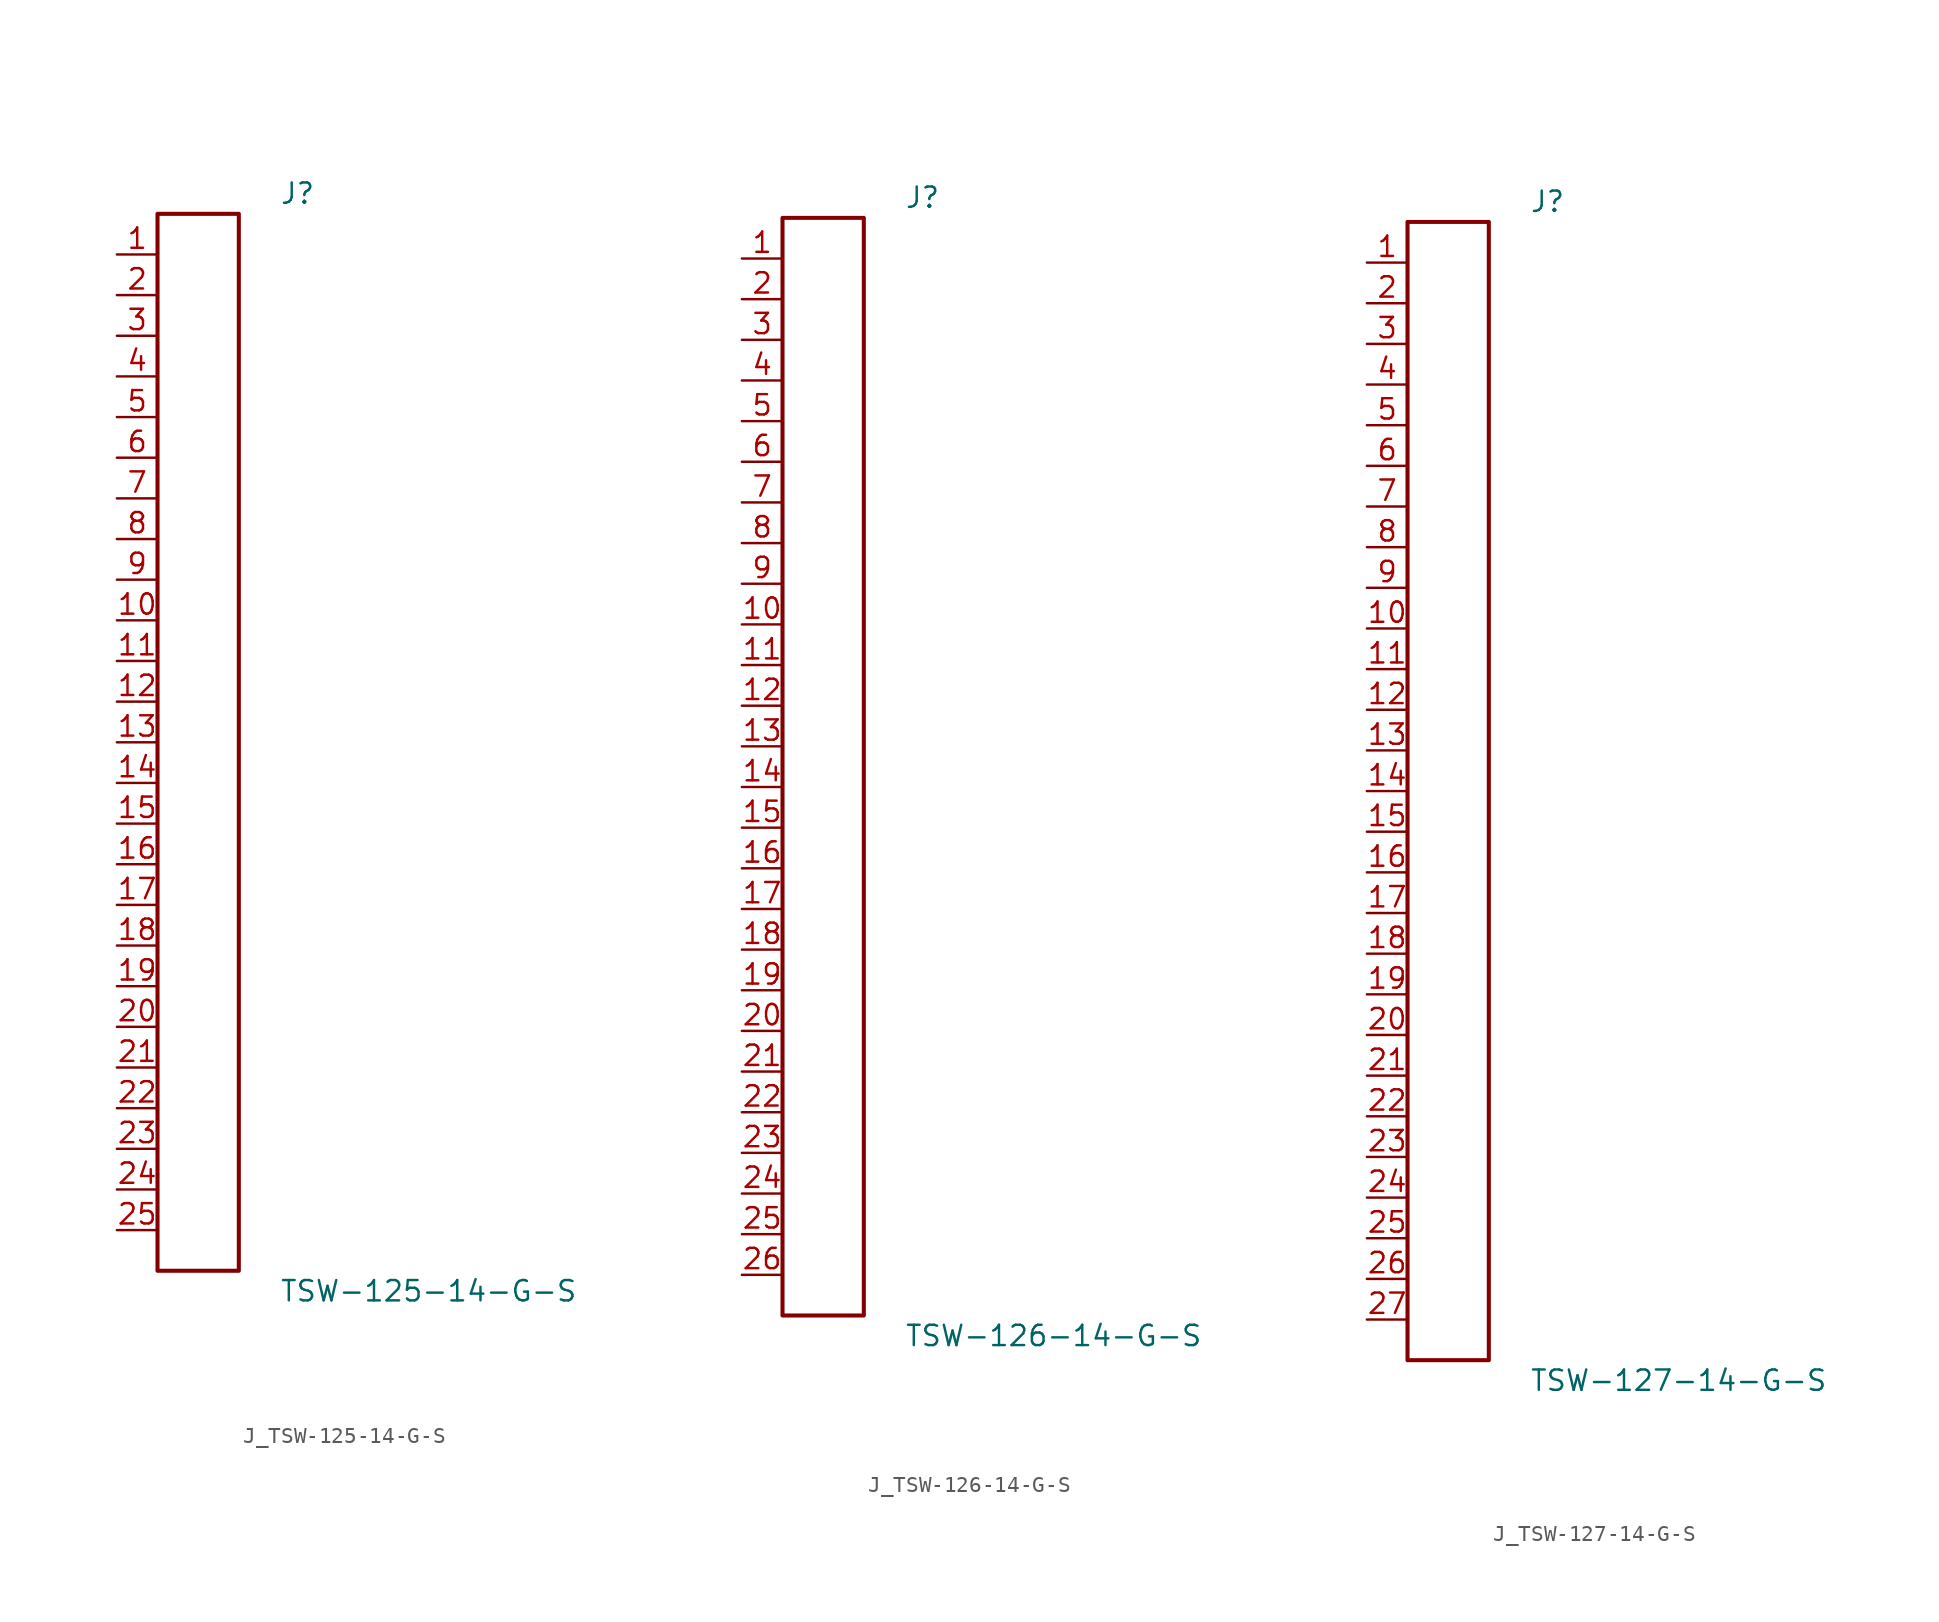
<source format=kicad_sym>
(kicad_symbol_lib
  (version 20231120)
  (generator kicad_symbol_editor)
  (generator_version 8.0)
  (symbol "J_TSW-125-14-G-S"
    (pin_names
      (offset 0.254))
    (property "Reference" "J"
      (at 5.08 34.29 0)
      (effects (font (size 1.27 1.27)) (justify left)))
    (property "Value" "TSW-125-14-G-S"
      (at 5.08 -34.29 0)
      (effects (font (size 1.27 1.27)) (justify left)))
    (symbol "J_TSW-125-14-G-S_0_0"
      (pin passive line (at -5.08 30.48 0) (length 2.54) (name "" (effects (font (size 1.27 1.27)))) (number "1" (effects (font (size 1.27 1.27)))))
      (pin passive line (at -5.08 27.94 0) (length 2.54) (name "" (effects (font (size 1.27 1.27)))) (number "2" (effects (font (size 1.27 1.27)))))
      (pin passive line (at -5.08 25.4 0) (length 2.54) (name "" (effects (font (size 1.27 1.27)))) (number "3" (effects (font (size 1.27 1.27)))))
      (pin passive line (at -5.08 22.86 0) (length 2.54) (name "" (effects (font (size 1.27 1.27)))) (number "4" (effects (font (size 1.27 1.27)))))
      (pin passive line (at -5.08 20.32 0) (length 2.54) (name "" (effects (font (size 1.27 1.27)))) (number "5" (effects (font (size 1.27 1.27)))))
      (pin passive line (at -5.08 17.78 0) (length 2.54) (name "" (effects (font (size 1.27 1.27)))) (number "6" (effects (font (size 1.27 1.27)))))
      (pin passive line (at -5.08 15.24 0) (length 2.54) (name "" (effects (font (size 1.27 1.27)))) (number "7" (effects (font (size 1.27 1.27)))))
      (pin passive line (at -5.08 12.7 0) (length 2.54) (name "" (effects (font (size 1.27 1.27)))) (number "8" (effects (font (size 1.27 1.27)))))
      (pin passive line (at -5.08 10.16 0) (length 2.54) (name "" (effects (font (size 1.27 1.27)))) (number "9" (effects (font (size 1.27 1.27)))))
      (pin passive line (at -5.08 7.62 0) (length 2.54) (name "" (effects (font (size 1.27 1.27)))) (number "10" (effects (font (size 1.27 1.27)))))
      (pin passive line (at -5.08 5.08 0) (length 2.54) (name "" (effects (font (size 1.27 1.27)))) (number "11" (effects (font (size 1.27 1.27)))))
      (pin passive line (at -5.08 2.54 0) (length 2.54) (name "" (effects (font (size 1.27 1.27)))) (number "12" (effects (font (size 1.27 1.27)))))
      (pin passive line (at -5.08 0.0 0) (length 2.54) (name "" (effects (font (size 1.27 1.27)))) (number "13" (effects (font (size 1.27 1.27)))))
      (pin passive line (at -5.08 -2.54 0) (length 2.54) (name "" (effects (font (size 1.27 1.27)))) (number "14" (effects (font (size 1.27 1.27)))))
      (pin passive line (at -5.08 -5.08 0) (length 2.54) (name "" (effects (font (size 1.27 1.27)))) (number "15" (effects (font (size 1.27 1.27)))))
      (pin passive line (at -5.08 -7.62 0) (length 2.54) (name "" (effects (font (size 1.27 1.27)))) (number "16" (effects (font (size 1.27 1.27)))))
      (pin passive line (at -5.08 -10.16 0) (length 2.54) (name "" (effects (font (size 1.27 1.27)))) (number "17" (effects (font (size 1.27 1.27)))))
      (pin passive line (at -5.08 -12.7 0) (length 2.54) (name "" (effects (font (size 1.27 1.27)))) (number "18" (effects (font (size 1.27 1.27)))))
      (pin passive line (at -5.08 -15.24 0) (length 2.54) (name "" (effects (font (size 1.27 1.27)))) (number "19" (effects (font (size 1.27 1.27)))))
      (pin passive line (at -5.08 -17.78 0) (length 2.54) (name "" (effects (font (size 1.27 1.27)))) (number "20" (effects (font (size 1.27 1.27)))))
      (pin passive line (at -5.08 -20.32 0) (length 2.54) (name "" (effects (font (size 1.27 1.27)))) (number "21" (effects (font (size 1.27 1.27)))))
      (pin passive line (at -5.08 -22.86 0) (length 2.54) (name "" (effects (font (size 1.27 1.27)))) (number "22" (effects (font (size 1.27 1.27)))))
      (pin passive line (at -5.08 -25.4 0) (length 2.54) (name "" (effects (font (size 1.27 1.27)))) (number "23" (effects (font (size 1.27 1.27)))))
      (pin passive line (at -5.08 -27.94 0) (length 2.54) (name "" (effects (font (size 1.27 1.27)))) (number "24" (effects (font (size 1.27 1.27)))))
      (pin passive line (at -5.08 -30.48 0) (length 2.54) (name "" (effects (font (size 1.27 1.27)))) (number "25" (effects (font (size 1.27 1.27))))))
    (symbol "J_TSW-125-14-G-S_1_0"
      (rectangle (start -2.54 33.02) (end 2.54 -33.02) (stroke (width 0.254) (type solid)) (fill (type none)))))
  (symbol "J_TSW-126-14-G-S"
    (pin_names
      (offset 0.254))
    (property "Reference" "J"
      (at 5.08 35.56 0)
      (effects (font (size 1.27 1.27)) (justify left)))
    (property "Value" "TSW-126-14-G-S"
      (at 5.08 -35.56 0)
      (effects (font (size 1.27 1.27)) (justify left)))
    (symbol "J_TSW-126-14-G-S_0_0"
      (pin passive line (at -5.08 31.75 0) (length 2.54) (name "" (effects (font (size 1.27 1.27)))) (number "1" (effects (font (size 1.27 1.27)))))
      (pin passive line (at -5.08 29.21 0) (length 2.54) (name "" (effects (font (size 1.27 1.27)))) (number "2" (effects (font (size 1.27 1.27)))))
      (pin passive line (at -5.08 26.67 0) (length 2.54) (name "" (effects (font (size 1.27 1.27)))) (number "3" (effects (font (size 1.27 1.27)))))
      (pin passive line (at -5.08 24.13 0) (length 2.54) (name "" (effects (font (size 1.27 1.27)))) (number "4" (effects (font (size 1.27 1.27)))))
      (pin passive line (at -5.08 21.59 0) (length 2.54) (name "" (effects (font (size 1.27 1.27)))) (number "5" (effects (font (size 1.27 1.27)))))
      (pin passive line (at -5.08 19.05 0) (length 2.54) (name "" (effects (font (size 1.27 1.27)))) (number "6" (effects (font (size 1.27 1.27)))))
      (pin passive line (at -5.08 16.51 0) (length 2.54) (name "" (effects (font (size 1.27 1.27)))) (number "7" (effects (font (size 1.27 1.27)))))
      (pin passive line (at -5.08 13.97 0) (length 2.54) (name "" (effects (font (size 1.27 1.27)))) (number "8" (effects (font (size 1.27 1.27)))))
      (pin passive line (at -5.08 11.43 0) (length 2.54) (name "" (effects (font (size 1.27 1.27)))) (number "9" (effects (font (size 1.27 1.27)))))
      (pin passive line (at -5.08 8.89 0) (length 2.54) (name "" (effects (font (size 1.27 1.27)))) (number "10" (effects (font (size 1.27 1.27)))))
      (pin passive line (at -5.08 6.35 0) (length 2.54) (name "" (effects (font (size 1.27 1.27)))) (number "11" (effects (font (size 1.27 1.27)))))
      (pin passive line (at -5.08 3.81 0) (length 2.54) (name "" (effects (font (size 1.27 1.27)))) (number "12" (effects (font (size 1.27 1.27)))))
      (pin passive line (at -5.08 1.27 0) (length 2.54) (name "" (effects (font (size 1.27 1.27)))) (number "13" (effects (font (size 1.27 1.27)))))
      (pin passive line (at -5.08 -1.27 0) (length 2.54) (name "" (effects (font (size 1.27 1.27)))) (number "14" (effects (font (size 1.27 1.27)))))
      (pin passive line (at -5.08 -3.81 0) (length 2.54) (name "" (effects (font (size 1.27 1.27)))) (number "15" (effects (font (size 1.27 1.27)))))
      (pin passive line (at -5.08 -6.35 0) (length 2.54) (name "" (effects (font (size 1.27 1.27)))) (number "16" (effects (font (size 1.27 1.27)))))
      (pin passive line (at -5.08 -8.89 0) (length 2.54) (name "" (effects (font (size 1.27 1.27)))) (number "17" (effects (font (size 1.27 1.27)))))
      (pin passive line (at -5.08 -11.43 0) (length 2.54) (name "" (effects (font (size 1.27 1.27)))) (number "18" (effects (font (size 1.27 1.27)))))
      (pin passive line (at -5.08 -13.97 0) (length 2.54) (name "" (effects (font (size 1.27 1.27)))) (number "19" (effects (font (size 1.27 1.27)))))
      (pin passive line (at -5.08 -16.51 0) (length 2.54) (name "" (effects (font (size 1.27 1.27)))) (number "20" (effects (font (size 1.27 1.27)))))
      (pin passive line (at -5.08 -19.05 0) (length 2.54) (name "" (effects (font (size 1.27 1.27)))) (number "21" (effects (font (size 1.27 1.27)))))
      (pin passive line (at -5.08 -21.59 0) (length 2.54) (name "" (effects (font (size 1.27 1.27)))) (number "22" (effects (font (size 1.27 1.27)))))
      (pin passive line (at -5.08 -24.13 0) (length 2.54) (name "" (effects (font (size 1.27 1.27)))) (number "23" (effects (font (size 1.27 1.27)))))
      (pin passive line (at -5.08 -26.67 0) (length 2.54) (name "" (effects (font (size 1.27 1.27)))) (number "24" (effects (font (size 1.27 1.27)))))
      (pin passive line (at -5.08 -29.21 0) (length 2.54) (name "" (effects (font (size 1.27 1.27)))) (number "25" (effects (font (size 1.27 1.27)))))
      (pin passive line (at -5.08 -31.75 0) (length 2.54) (name "" (effects (font (size 1.27 1.27)))) (number "26" (effects (font (size 1.27 1.27))))))
    (symbol "J_TSW-126-14-G-S_1_0"
      (rectangle (start -2.54 34.29) (end 2.54 -34.29) (stroke (width 0.254) (type solid)) (fill (type none)))))
  (symbol "J_TSW-127-14-G-S"
    (pin_names
      (offset 0.254))
    (property "Reference" "J"
      (at 5.08 36.83 0)
      (effects (font (size 1.27 1.27)) (justify left)))
    (property "Value" "TSW-127-14-G-S"
      (at 5.08 -36.83 0)
      (effects (font (size 1.27 1.27)) (justify left)))
    (symbol "J_TSW-127-14-G-S_0_0"
      (pin passive line (at -5.08 33.02 0) (length 2.54) (name "" (effects (font (size 1.27 1.27)))) (number "1" (effects (font (size 1.27 1.27)))))
      (pin passive line (at -5.08 30.48 0) (length 2.54) (name "" (effects (font (size 1.27 1.27)))) (number "2" (effects (font (size 1.27 1.27)))))
      (pin passive line (at -5.08 27.94 0) (length 2.54) (name "" (effects (font (size 1.27 1.27)))) (number "3" (effects (font (size 1.27 1.27)))))
      (pin passive line (at -5.08 25.4 0) (length 2.54) (name "" (effects (font (size 1.27 1.27)))) (number "4" (effects (font (size 1.27 1.27)))))
      (pin passive line (at -5.08 22.86 0) (length 2.54) (name "" (effects (font (size 1.27 1.27)))) (number "5" (effects (font (size 1.27 1.27)))))
      (pin passive line (at -5.08 20.32 0) (length 2.54) (name "" (effects (font (size 1.27 1.27)))) (number "6" (effects (font (size 1.27 1.27)))))
      (pin passive line (at -5.08 17.78 0) (length 2.54) (name "" (effects (font (size 1.27 1.27)))) (number "7" (effects (font (size 1.27 1.27)))))
      (pin passive line (at -5.08 15.24 0) (length 2.54) (name "" (effects (font (size 1.27 1.27)))) (number "8" (effects (font (size 1.27 1.27)))))
      (pin passive line (at -5.08 12.7 0) (length 2.54) (name "" (effects (font (size 1.27 1.27)))) (number "9" (effects (font (size 1.27 1.27)))))
      (pin passive line (at -5.08 10.16 0) (length 2.54) (name "" (effects (font (size 1.27 1.27)))) (number "10" (effects (font (size 1.27 1.27)))))
      (pin passive line (at -5.08 7.62 0) (length 2.54) (name "" (effects (font (size 1.27 1.27)))) (number "11" (effects (font (size 1.27 1.27)))))
      (pin passive line (at -5.08 5.08 0) (length 2.54) (name "" (effects (font (size 1.27 1.27)))) (number "12" (effects (font (size 1.27 1.27)))))
      (pin passive line (at -5.08 2.54 0) (length 2.54) (name "" (effects (font (size 1.27 1.27)))) (number "13" (effects (font (size 1.27 1.27)))))
      (pin passive line (at -5.08 0.0 0) (length 2.54) (name "" (effects (font (size 1.27 1.27)))) (number "14" (effects (font (size 1.27 1.27)))))
      (pin passive line (at -5.08 -2.54 0) (length 2.54) (name "" (effects (font (size 1.27 1.27)))) (number "15" (effects (font (size 1.27 1.27)))))
      (pin passive line (at -5.08 -5.08 0) (length 2.54) (name "" (effects (font (size 1.27 1.27)))) (number "16" (effects (font (size 1.27 1.27)))))
      (pin passive line (at -5.08 -7.62 0) (length 2.54) (name "" (effects (font (size 1.27 1.27)))) (number "17" (effects (font (size 1.27 1.27)))))
      (pin passive line (at -5.08 -10.16 0) (length 2.54) (name "" (effects (font (size 1.27 1.27)))) (number "18" (effects (font (size 1.27 1.27)))))
      (pin passive line (at -5.08 -12.7 0) (length 2.54) (name "" (effects (font (size 1.27 1.27)))) (number "19" (effects (font (size 1.27 1.27)))))
      (pin passive line (at -5.08 -15.24 0) (length 2.54) (name "" (effects (font (size 1.27 1.27)))) (number "20" (effects (font (size 1.27 1.27)))))
      (pin passive line (at -5.08 -17.78 0) (length 2.54) (name "" (effects (font (size 1.27 1.27)))) (number "21" (effects (font (size 1.27 1.27)))))
      (pin passive line (at -5.08 -20.32 0) (length 2.54) (name "" (effects (font (size 1.27 1.27)))) (number "22" (effects (font (size 1.27 1.27)))))
      (pin passive line (at -5.08 -22.86 0) (length 2.54) (name "" (effects (font (size 1.27 1.27)))) (number "23" (effects (font (size 1.27 1.27)))))
      (pin passive line (at -5.08 -25.4 0) (length 2.54) (name "" (effects (font (size 1.27 1.27)))) (number "24" (effects (font (size 1.27 1.27)))))
      (pin passive line (at -5.08 -27.94 0) (length 2.54) (name "" (effects (font (size 1.27 1.27)))) (number "25" (effects (font (size 1.27 1.27)))))
      (pin passive line (at -5.08 -30.48 0) (length 2.54) (name "" (effects (font (size 1.27 1.27)))) (number "26" (effects (font (size 1.27 1.27)))))
      (pin passive line (at -5.08 -33.02 0) (length 2.54) (name "" (effects (font (size 1.27 1.27)))) (number "27" (effects (font (size 1.27 1.27))))))
    (symbol "J_TSW-127-14-G-S_1_0"
      (rectangle (start -2.54 35.56) (end 2.54 -35.56) (stroke (width 0.254) (type solid)) (fill (type none))))))
</source>
